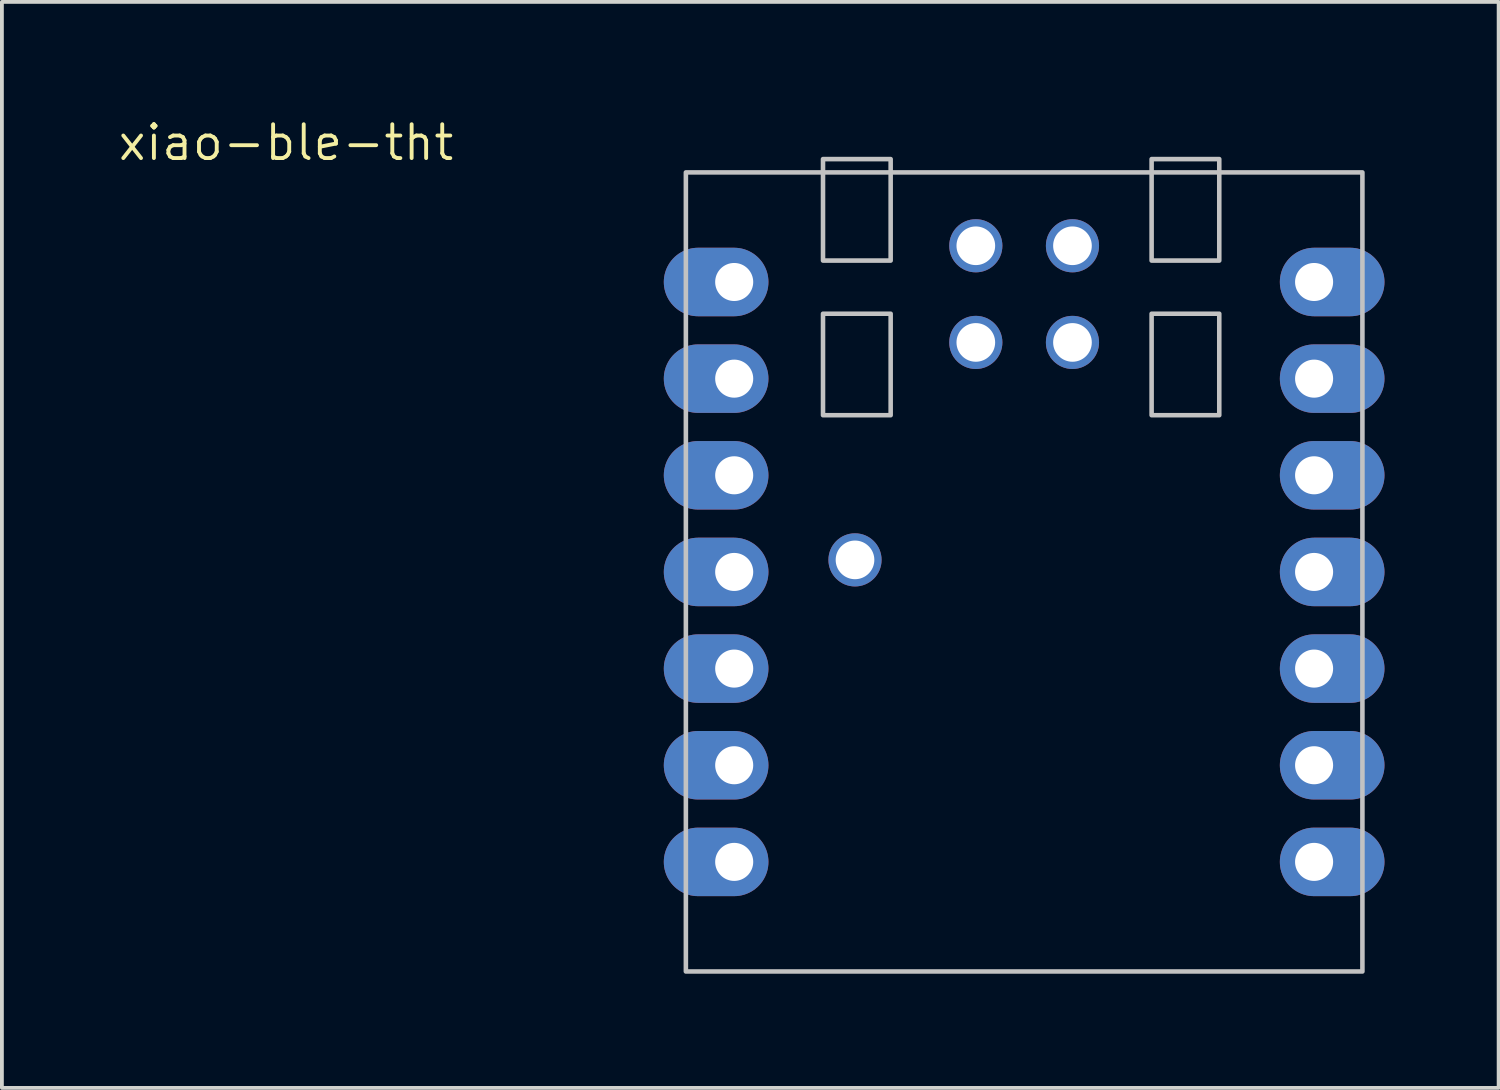
<source format=kicad_pcb>
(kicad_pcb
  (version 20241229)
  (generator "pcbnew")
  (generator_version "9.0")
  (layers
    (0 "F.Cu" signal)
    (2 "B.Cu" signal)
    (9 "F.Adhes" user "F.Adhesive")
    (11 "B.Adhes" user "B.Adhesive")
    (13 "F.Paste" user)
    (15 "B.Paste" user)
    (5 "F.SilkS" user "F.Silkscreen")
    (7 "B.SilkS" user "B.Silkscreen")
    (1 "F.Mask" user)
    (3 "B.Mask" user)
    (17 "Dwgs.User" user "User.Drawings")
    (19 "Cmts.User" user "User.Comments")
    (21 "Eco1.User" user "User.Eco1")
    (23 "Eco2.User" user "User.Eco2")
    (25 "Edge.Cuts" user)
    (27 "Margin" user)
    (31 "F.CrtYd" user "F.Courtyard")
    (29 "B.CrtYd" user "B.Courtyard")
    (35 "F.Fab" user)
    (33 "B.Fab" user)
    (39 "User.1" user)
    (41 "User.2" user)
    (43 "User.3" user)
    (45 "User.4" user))
  (footprint "xiao-ble-tht"
    (layer "F.Cu")
    (at 23.865 11.981)
    (property "Reference" "xiao-ble-tht" (at -19.399 -11.283 0) (layer "F.SilkS") (effects (font (size 0.889 0.889) (thickness 0.102))))
    (attr smd exclude_from_pos_files)
    (fp_rect (start -8.89 10.5) (end 8.89 -10.5) (stroke (width 0.12) (type solid)) (fill no) (layer "Dwgs.User"))
    (fp_rect (start -5.286 -6.786) (end -3.508 -4.119) (stroke (width 0.12) (type solid)) (fill no) (layer "Dwgs.User"))
    (fp_rect (start -3.508 -8.183) (end -5.286 -10.85) (stroke (width 0.12) (type solid)) (fill no) (layer "Dwgs.User"))
    (fp_rect (start 3.35 -10.85) (end 5.128 -8.183) (stroke (width 0.12) (type solid)) (fill no) (layer "Dwgs.User"))
    (fp_rect (start 3.35 -6.786) (end 5.128 -4.119) (stroke (width 0.12) (type solid)) (fill no) (layer "Dwgs.User"))
    (pad "1" thru_hole oval (at -7.62 -7.62) (size 2.75 1.8) (drill 1 (offset -0.475 0)) (layers "*.Cu" "*.Mask"))
    (pad "2" thru_hole oval (at -7.62 -5.08) (size 2.75 1.8) (drill 1 (offset -0.475 0)) (layers "*.Cu" "*.Mask"))
    (pad "3" thru_hole oval (at -7.62 -2.54) (size 2.75 1.8) (drill 1 (offset -0.475 0)) (layers "*.Cu" "*.Mask"))
    (pad "4" thru_hole oval (at -7.62 0) (size 2.75 1.8) (drill 1 (offset -0.475 0)) (layers "*.Cu" "*.Mask"))
    (pad "5" thru_hole oval (at -7.62 2.54) (size 2.75 1.8) (drill 1 (offset -0.475 0)) (layers "*.Cu" "*.Mask"))
    (pad "6" thru_hole oval (at -7.62 5.08) (size 2.75 1.8) (drill 1 (offset -0.475 0)) (layers "*.Cu" "*.Mask"))
    (pad "7" thru_hole oval (at -7.62 7.62) (size 2.75 1.8) (drill 1 (offset -0.475 0)) (layers "*.Cu" "*.Mask"))
    (pad "8" thru_hole oval (at 7.62 7.62 180) (size 2.75 1.8) (drill 1 (offset -0.475 0)) (layers "*.Cu" "*.Mask"))
    (pad "9" thru_hole oval (at 7.62 5.08 180) (size 2.75 1.8) (drill 1 (offset -0.475 0)) (layers "*.Cu" "*.Mask"))
    (pad "10" thru_hole oval (at 7.62 2.54 180) (size 2.75 1.8) (drill 1 (offset -0.475 0)) (layers "*.Cu" "*.Mask"))
    (pad "11" thru_hole oval (at 7.62 0 180) (size 2.75 1.8) (drill 1 (offset -0.475 0)) (layers "*.Cu" "*.Mask"))
    (pad "12" thru_hole oval (at 7.62 -2.54 180) (size 2.75 1.8) (drill 1 (offset -0.475 0)) (layers "*.Cu" "*.Mask"))
    (pad "13" thru_hole oval (at 7.62 -5.08 180) (size 2.75 1.8) (drill 1 (offset -0.475 0)) (layers "*.Cu" "*.Mask"))
    (pad "14" thru_hole oval (at 7.62 -7.62 180) (size 2.75 1.8) (drill 1 (offset -0.475 0)) (layers "*.Cu" "*.Mask"))
    (pad "15" thru_hole circle (at -1.27 -8.572 90) (size 1.397 1.397) (drill 1.016) (layers "*.Cu" "*.Mask"))
    (pad "16" thru_hole circle (at 1.27 -8.572 90) (size 1.397 1.397) (drill 1.016) (layers "*.Cu" "*.Mask"))
    (pad "17" thru_hole circle (at -1.27 -6.032 90) (size 1.397 1.397) (drill 1.016) (layers "*.Cu" "*.Mask"))
    (pad "18" thru_hole circle (at 1.27 -6.032 90) (size 1.397 1.397) (drill 1.016) (layers "*.Cu" "*.Mask"))
    (pad "19" thru_hole circle (at -4.445 -0.317 180) (size 1.397 1.397) (drill 1.016) (layers "*.Cu" "*.Mask")))
  (gr_rect
    (start -3 -3)
    (end 36.335 25.541)
    (stroke (width 0.1) (type default))
    (fill no)
    (layer "Edge.Cuts")))
</source>
